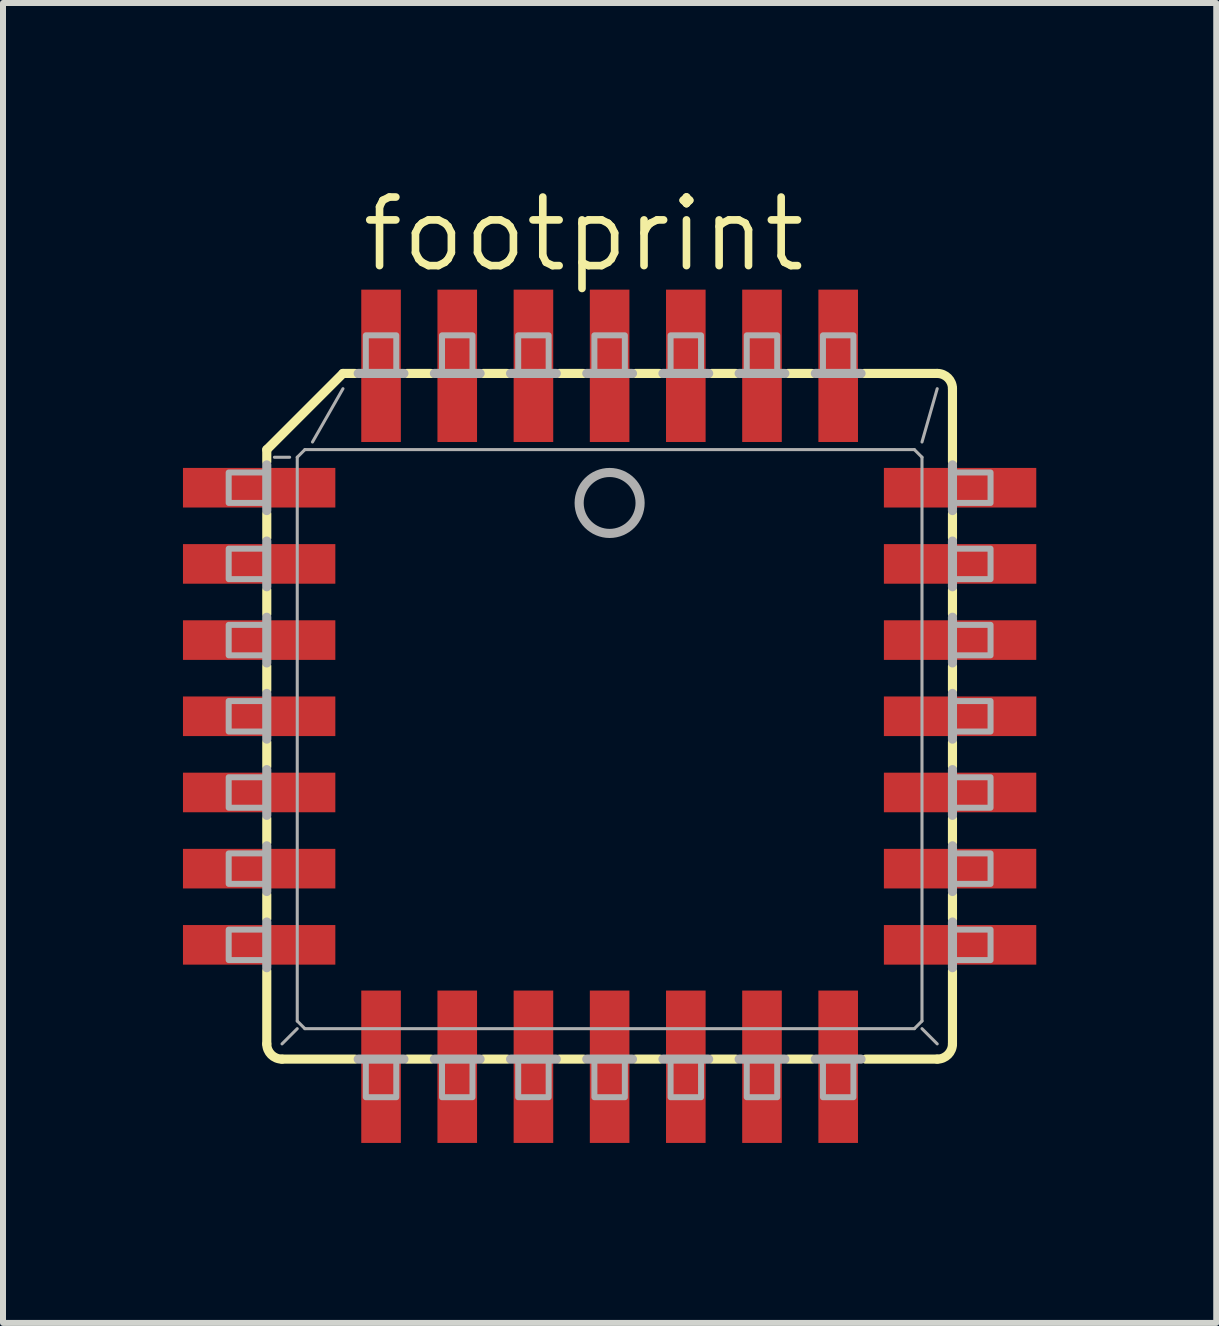
<source format=kicad_pcb>
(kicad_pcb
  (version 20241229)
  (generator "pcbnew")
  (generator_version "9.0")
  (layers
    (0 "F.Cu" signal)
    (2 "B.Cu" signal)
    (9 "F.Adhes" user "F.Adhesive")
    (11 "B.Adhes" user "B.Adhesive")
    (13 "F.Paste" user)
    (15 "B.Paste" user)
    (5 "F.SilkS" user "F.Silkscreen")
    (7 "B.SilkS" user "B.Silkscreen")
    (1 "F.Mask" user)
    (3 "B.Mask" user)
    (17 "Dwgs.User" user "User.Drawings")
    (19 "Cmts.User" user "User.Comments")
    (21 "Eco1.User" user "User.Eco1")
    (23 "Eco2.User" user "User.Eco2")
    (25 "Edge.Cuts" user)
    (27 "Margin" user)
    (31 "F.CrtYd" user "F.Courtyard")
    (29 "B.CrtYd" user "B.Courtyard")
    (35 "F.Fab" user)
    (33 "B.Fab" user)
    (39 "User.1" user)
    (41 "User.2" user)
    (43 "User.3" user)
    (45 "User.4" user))
  (footprint "footprint"
    (layer "F.Cu")
    (at 7.112 8.89)
    (property "Reference" "footprint" (at -4.191 -7.366 0) (layer "F.SilkS") (effects (font (size 1.143 1.143) (thickness 0.127)) (justify left bottom)))
    (fp_line (start -5.715 -4.445) (end -5.715 -4.242) (stroke (width 0.152) (type solid)) (layer "F.SilkS"))
    (fp_line (start -5.715 -4.445) (end -4.445 -5.715) (stroke (width 0.152) (type solid)) (layer "F.SilkS"))
    (fp_line (start -5.715 -3.378) (end -5.715 -2.972) (stroke (width 0.152) (type solid)) (layer "F.SilkS"))
    (fp_line (start -5.715 -2.108) (end -5.715 -1.702) (stroke (width 0.152) (type solid)) (layer "F.SilkS"))
    (fp_line (start -5.715 -0.838) (end -5.715 -0.432) (stroke (width 0.152) (type solid)) (layer "F.SilkS"))
    (fp_line (start -5.715 0.432) (end -5.715 0.838) (stroke (width 0.152) (type solid)) (layer "F.SilkS"))
    (fp_line (start -5.715 2.108) (end -5.715 1.702) (stroke (width 0.152) (type solid)) (layer "F.SilkS"))
    (fp_line (start -5.715 2.972) (end -5.715 3.378) (stroke (width 0.152) (type solid)) (layer "F.SilkS"))
    (fp_line (start -5.715 4.242) (end -5.715 5.461) (stroke (width 0.152) (type solid)) (layer "F.SilkS"))
    (fp_line (start -5.461 5.715) (end -4.242 5.715) (stroke (width 0.152) (type solid)) (layer "F.SilkS"))
    (fp_line (start -4.445 -5.715) (end -4.242 -5.715) (stroke (width 0.152) (type solid)) (layer "F.SilkS"))
    (fp_line (start -3.378 5.715) (end -2.972 5.715) (stroke (width 0.152) (type solid)) (layer "F.SilkS"))
    (fp_line (start -2.972 -5.715) (end -3.378 -5.715) (stroke (width 0.152) (type solid)) (layer "F.SilkS"))
    (fp_line (start -2.108 -5.715) (end -1.702 -5.715) (stroke (width 0.152) (type solid)) (layer "F.SilkS"))
    (fp_line (start -2.108 5.715) (end -1.702 5.715) (stroke (width 0.152) (type solid)) (layer "F.SilkS"))
    (fp_line (start -0.838 5.715) (end -0.432 5.715) (stroke (width 0.152) (type solid)) (layer "F.SilkS"))
    (fp_line (start -0.432 -5.715) (end -0.838 -5.715) (stroke (width 0.152) (type solid)) (layer "F.SilkS"))
    (fp_line (start 0.432 5.715) (end 0.838 5.715) (stroke (width 0.152) (type solid)) (layer "F.SilkS"))
    (fp_line (start 0.838 -5.715) (end 0.432 -5.715) (stroke (width 0.152) (type solid)) (layer "F.SilkS"))
    (fp_line (start 2.108 -5.715) (end 1.702 -5.715) (stroke (width 0.152) (type solid)) (layer "F.SilkS"))
    (fp_line (start 2.108 5.715) (end 1.702 5.715) (stroke (width 0.152) (type solid)) (layer "F.SilkS"))
    (fp_line (start 2.972 5.715) (end 3.378 5.715) (stroke (width 0.152) (type solid)) (layer "F.SilkS"))
    (fp_line (start 3.378 -5.715) (end 2.972 -5.715) (stroke (width 0.152) (type solid)) (layer "F.SilkS"))
    (fp_line (start 5.461 -5.715) (end 4.242 -5.715) (stroke (width 0.152) (type solid)) (layer "F.SilkS"))
    (fp_line (start 5.461 5.715) (end 4.267 5.715) (stroke (width 0.152) (type solid)) (layer "F.SilkS"))
    (fp_line (start 5.715 -4.242) (end 5.715 -5.461) (stroke (width 0.152) (type solid)) (layer "F.SilkS"))
    (fp_line (start 5.715 -2.972) (end 5.715 -3.378) (stroke (width 0.152) (type solid)) (layer "F.SilkS"))
    (fp_line (start 5.715 -2.108) (end 5.715 -1.702) (stroke (width 0.152) (type solid)) (layer "F.SilkS"))
    (fp_line (start 5.715 -0.432) (end 5.715 -0.838) (stroke (width 0.152) (type solid)) (layer "F.SilkS"))
    (fp_line (start 5.715 0.838) (end 5.715 0.432) (stroke (width 0.152) (type solid)) (layer "F.SilkS"))
    (fp_line (start 5.715 2.108) (end 5.715 1.702) (stroke (width 0.152) (type solid)) (layer "F.SilkS"))
    (fp_line (start 5.715 3.378) (end 5.715 2.972) (stroke (width 0.152) (type solid)) (layer "F.SilkS"))
    (fp_line (start 5.715 5.461) (end 5.715 4.242) (stroke (width 0.152) (type solid)) (layer "F.SilkS"))
    (fp_arc (start -5.461 5.715) (mid -5.640605 5.640605) (end -5.715 5.461) (stroke (width 0.1524) (type solid)) (layer "F.SilkS"))
    (fp_arc (start 5.461 -5.715) (mid 5.640605 -5.640605) (end 5.715 -5.461) (stroke (width 0.1524) (type solid)) (layer "F.SilkS"))
    (fp_arc (start 5.715 5.461) (mid 5.640605 5.640605) (end 5.461 5.715) (stroke (width 0.1524) (type solid)) (layer "F.SilkS"))
    (fp_line (start -5.715 -4.191) (end -5.715 -3.429) (stroke (width 0.152) (type solid)) (layer "F.Fab"))
    (fp_line (start -5.715 -2.921) (end -5.715 -2.159) (stroke (width 0.152) (type solid)) (layer "F.Fab"))
    (fp_line (start -5.715 -1.651) (end -5.715 -0.889) (stroke (width 0.152) (type solid)) (layer "F.Fab"))
    (fp_line (start -5.715 -0.381) (end -5.715 0.381) (stroke (width 0.152) (type solid)) (layer "F.Fab"))
    (fp_line (start -5.715 0.889) (end -5.715 1.651) (stroke (width 0.152) (type solid)) (layer "F.Fab"))
    (fp_line (start -5.715 2.159) (end -5.715 2.921) (stroke (width 0.152) (type solid)) (layer "F.Fab"))
    (fp_line (start -5.715 3.429) (end -5.715 4.191) (stroke (width 0.152) (type solid)) (layer "F.Fab"))
    (fp_line (start -5.334 -4.318) (end -5.588 -4.318) (stroke (width 0.051) (type solid)) (layer "F.Fab"))
    (fp_line (start -5.207 5.08) (end -5.207 -4.318) (stroke (width 0.051) (type solid)) (layer "F.Fab"))
    (fp_line (start -5.207 5.08) (end -5.08 5.207) (stroke (width 0.051) (type solid)) (layer "F.Fab"))
    (fp_line (start -5.207 5.207) (end -5.461 5.461) (stroke (width 0.051) (type solid)) (layer "F.Fab"))
    (fp_line (start -5.08 -4.445) (end -5.207 -4.318) (stroke (width 0.051) (type solid)) (layer "F.Fab"))
    (fp_line (start -5.08 -4.445) (end 5.08 -4.445) (stroke (width 0.051) (type solid)) (layer "F.Fab"))
    (fp_line (start -4.953 -4.572) (end -4.445 -5.461) (stroke (width 0.051) (type solid)) (layer "F.Fab"))
    (fp_line (start -4.191 5.715) (end -3.429 5.715) (stroke (width 0.152) (type solid)) (layer "F.Fab"))
    (fp_line (start -3.429 -5.715) (end -4.191 -5.715) (stroke (width 0.152) (type solid)) (layer "F.Fab"))
    (fp_line (start -2.921 5.715) (end -2.159 5.715) (stroke (width 0.152) (type solid)) (layer "F.Fab"))
    (fp_line (start -2.159 -5.715) (end -2.921 -5.715) (stroke (width 0.152) (type solid)) (layer "F.Fab"))
    (fp_line (start -1.651 5.715) (end -0.889 5.715) (stroke (width 0.152) (type solid)) (layer "F.Fab"))
    (fp_line (start -0.889 -5.715) (end -1.651 -5.715) (stroke (width 0.152) (type solid)) (layer "F.Fab"))
    (fp_line (start -0.381 5.715) (end 0.381 5.715) (stroke (width 0.152) (type solid)) (layer "F.Fab"))
    (fp_line (start 0.381 -5.715) (end -0.381 -5.715) (stroke (width 0.152) (type solid)) (layer "F.Fab"))
    (fp_line (start 0.889 5.715) (end 1.651 5.715) (stroke (width 0.152) (type solid)) (layer "F.Fab"))
    (fp_line (start 1.651 -5.715) (end 0.889 -5.715) (stroke (width 0.152) (type solid)) (layer "F.Fab"))
    (fp_line (start 2.159 5.715) (end 2.921 5.715) (stroke (width 0.152) (type solid)) (layer "F.Fab"))
    (fp_line (start 2.921 -5.715) (end 2.159 -5.715) (stroke (width 0.152) (type solid)) (layer "F.Fab"))
    (fp_line (start 3.429 5.715) (end 4.191 5.715) (stroke (width 0.152) (type solid)) (layer "F.Fab"))
    (fp_line (start 4.191 -5.715) (end 3.429 -5.715) (stroke (width 0.152) (type solid)) (layer "F.Fab"))
    (fp_line (start 5.08 5.207) (end -5.08 5.207) (stroke (width 0.051) (type solid)) (layer "F.Fab"))
    (fp_line (start 5.08 5.207) (end 5.207 5.08) (stroke (width 0.051) (type solid)) (layer "F.Fab"))
    (fp_line (start 5.207 -4.318) (end 5.08 -4.445) (stroke (width 0.051) (type solid)) (layer "F.Fab"))
    (fp_line (start 5.207 -4.318) (end 5.207 5.08) (stroke (width 0.051) (type solid)) (layer "F.Fab"))
    (fp_line (start 5.207 5.207) (end 5.461 5.461) (stroke (width 0.051) (type solid)) (layer "F.Fab"))
    (fp_line (start 5.461 -5.461) (end 5.207 -4.572) (stroke (width 0.051) (type solid)) (layer "F.Fab"))
    (fp_line (start 5.715 -3.429) (end 5.715 -4.191) (stroke (width 0.152) (type solid)) (layer "F.Fab"))
    (fp_line (start 5.715 -2.159) (end 5.715 -2.921) (stroke (width 0.152) (type solid)) (layer "F.Fab"))
    (fp_line (start 5.715 -0.889) (end 5.715 -1.651) (stroke (width 0.152) (type solid)) (layer "F.Fab"))
    (fp_line (start 5.715 0.381) (end 5.715 -0.381) (stroke (width 0.152) (type solid)) (layer "F.Fab"))
    (fp_line (start 5.715 1.651) (end 5.715 0.889) (stroke (width 0.152) (type solid)) (layer "F.Fab"))
    (fp_line (start 5.715 2.921) (end 5.715 2.159) (stroke (width 0.152) (type solid)) (layer "F.Fab"))
    (fp_line (start 5.715 4.191) (end 5.715 3.429) (stroke (width 0.152) (type solid)) (layer "F.Fab"))
    (fp_circle (center 0 -3.556) (end 0.508 -3.556) (stroke (width 0.152) (type solid)) (fill no) (layer "F.Fab"))
    (fp_poly (pts (xy -6.35 -3.556) (xy -5.715 -3.556) (xy -5.715 -4.064) (xy -6.35 -4.064)) (stroke (width 0.1) (type solid)) (fill no) (layer "F.Fab"))
    (fp_poly (pts (xy -6.35 -2.286) (xy -5.715 -2.286) (xy -5.715 -2.794) (xy -6.35 -2.794)) (stroke (width 0.1) (type solid)) (fill no) (layer "F.Fab"))
    (fp_poly (pts (xy -6.35 -1.016) (xy -5.715 -1.016) (xy -5.715 -1.524) (xy -6.35 -1.524)) (stroke (width 0.1) (type solid)) (fill no) (layer "F.Fab"))
    (fp_poly (pts (xy -6.35 0.254) (xy -5.715 0.254) (xy -5.715 -0.254) (xy -6.35 -0.254)) (stroke (width 0.1) (type solid)) (fill no) (layer "F.Fab"))
    (fp_poly (pts (xy -6.35 1.524) (xy -5.715 1.524) (xy -5.715 1.016) (xy -6.35 1.016)) (stroke (width 0.1) (type solid)) (fill no) (layer "F.Fab"))
    (fp_poly (pts (xy -6.35 2.794) (xy -5.715 2.794) (xy -5.715 2.286) (xy -6.35 2.286)) (stroke (width 0.1) (type solid)) (fill no) (layer "F.Fab"))
    (fp_poly (pts (xy -6.35 4.064) (xy -5.715 4.064) (xy -5.715 3.556) (xy -6.35 3.556)) (stroke (width 0.1) (type solid)) (fill no) (layer "F.Fab"))
    (fp_poly (pts (xy -4.064 -5.715) (xy -3.556 -5.715) (xy -3.556 -6.35) (xy -4.064 -6.35)) (stroke (width 0.1) (type solid)) (fill no) (layer "F.Fab"))
    (fp_poly (pts (xy -4.064 6.35) (xy -3.556 6.35) (xy -3.556 5.715) (xy -4.064 5.715)) (stroke (width 0.1) (type solid)) (fill no) (layer "F.Fab"))
    (fp_poly (pts (xy -2.794 -5.715) (xy -2.286 -5.715) (xy -2.286 -6.35) (xy -2.794 -6.35)) (stroke (width 0.1) (type solid)) (fill no) (layer "F.Fab"))
    (fp_poly (pts (xy -2.794 6.35) (xy -2.286 6.35) (xy -2.286 5.715) (xy -2.794 5.715)) (stroke (width 0.1) (type solid)) (fill no) (layer "F.Fab"))
    (fp_poly (pts (xy -1.524 -5.715) (xy -1.016 -5.715) (xy -1.016 -6.35) (xy -1.524 -6.35)) (stroke (width 0.1) (type solid)) (fill no) (layer "F.Fab"))
    (fp_poly (pts (xy -1.524 6.35) (xy -1.016 6.35) (xy -1.016 5.715) (xy -1.524 5.715)) (stroke (width 0.1) (type solid)) (fill no) (layer "F.Fab"))
    (fp_poly (pts (xy -0.254 -5.715) (xy 0.254 -5.715) (xy 0.254 -6.35) (xy -0.254 -6.35)) (stroke (width 0.1) (type solid)) (fill no) (layer "F.Fab"))
    (fp_poly (pts (xy -0.254 6.35) (xy 0.254 6.35) (xy 0.254 5.715) (xy -0.254 5.715)) (stroke (width 0.1) (type solid)) (fill no) (layer "F.Fab"))
    (fp_poly (pts (xy 1.016 -5.715) (xy 1.524 -5.715) (xy 1.524 -6.35) (xy 1.016 -6.35)) (stroke (width 0.1) (type solid)) (fill no) (layer "F.Fab"))
    (fp_poly (pts (xy 1.016 6.35) (xy 1.524 6.35) (xy 1.524 5.715) (xy 1.016 5.715)) (stroke (width 0.1) (type solid)) (fill no) (layer "F.Fab"))
    (fp_poly (pts (xy 2.286 -5.715) (xy 2.794 -5.715) (xy 2.794 -6.35) (xy 2.286 -6.35)) (stroke (width 0.1) (type solid)) (fill no) (layer "F.Fab"))
    (fp_poly (pts (xy 2.286 6.35) (xy 2.794 6.35) (xy 2.794 5.715) (xy 2.286 5.715)) (stroke (width 0.1) (type solid)) (fill no) (layer "F.Fab"))
    (fp_poly (pts (xy 3.556 -5.715) (xy 4.064 -5.715) (xy 4.064 -6.35) (xy 3.556 -6.35)) (stroke (width 0.1) (type solid)) (fill no) (layer "F.Fab"))
    (fp_poly (pts (xy 3.556 6.35) (xy 4.064 6.35) (xy 4.064 5.715) (xy 3.556 5.715)) (stroke (width 0.1) (type solid)) (fill no) (layer "F.Fab"))
    (fp_poly (pts (xy 5.715 -3.556) (xy 6.35 -3.556) (xy 6.35 -4.064) (xy 5.715 -4.064)) (stroke (width 0.1) (type solid)) (fill no) (layer "F.Fab"))
    (fp_poly (pts (xy 5.715 -2.286) (xy 6.35 -2.286) (xy 6.35 -2.794) (xy 5.715 -2.794)) (stroke (width 0.1) (type solid)) (fill no) (layer "F.Fab"))
    (fp_poly (pts (xy 5.715 -1.016) (xy 6.35 -1.016) (xy 6.35 -1.524) (xy 5.715 -1.524)) (stroke (width 0.1) (type solid)) (fill no) (layer "F.Fab"))
    (fp_poly (pts (xy 5.715 0.254) (xy 6.35 0.254) (xy 6.35 -0.254) (xy 5.715 -0.254)) (stroke (width 0.1) (type solid)) (fill no) (layer "F.Fab"))
    (fp_poly (pts (xy 5.715 1.524) (xy 6.35 1.524) (xy 6.35 1.016) (xy 5.715 1.016)) (stroke (width 0.1) (type solid)) (fill no) (layer "F.Fab"))
    (fp_poly (pts (xy 5.715 2.794) (xy 6.35 2.794) (xy 6.35 2.286) (xy 5.715 2.286)) (stroke (width 0.1) (type solid)) (fill no) (layer "F.Fab"))
    (fp_poly (pts (xy 5.715 4.064) (xy 6.35 4.064) (xy 6.35 3.556) (xy 5.715 3.556)) (stroke (width 0.1) (type solid)) (fill no) (layer "F.Fab"))
    (pad "1" smd rect (at 0 -5.842) (size 0.66 2.54) (layers "F.Cu" "F.Mask" "F.Paste"))
    (pad "2" smd rect (at -1.27 -5.842) (size 0.66 2.54) (layers "F.Cu" "F.Mask" "F.Paste"))
    (pad "3" smd rect (at -2.54 -5.842) (size 0.66 2.54) (layers "F.Cu" "F.Mask" "F.Paste"))
    (pad "4" smd rect (at -3.81 -5.842) (size 0.66 2.54) (layers "F.Cu" "F.Mask" "F.Paste"))
    (pad "5" smd rect (at -5.842 -3.81) (size 2.54 0.66) (layers "F.Cu" "F.Mask" "F.Paste"))
    (pad "6" smd rect (at -5.842 -2.54) (size 2.54 0.66) (layers "F.Cu" "F.Mask" "F.Paste"))
    (pad "7" smd rect (at -5.842 -1.27) (size 2.54 0.66) (layers "F.Cu" "F.Mask" "F.Paste"))
    (pad "8" smd rect (at -5.842 0) (size 2.54 0.66) (layers "F.Cu" "F.Mask" "F.Paste"))
    (pad "9" smd rect (at -5.842 1.27) (size 2.54 0.66) (layers "F.Cu" "F.Mask" "F.Paste"))
    (pad "10" smd rect (at -5.842 2.54) (size 2.54 0.66) (layers "F.Cu" "F.Mask" "F.Paste"))
    (pad "11" smd rect (at -5.842 3.81) (size 2.54 0.66) (layers "F.Cu" "F.Mask" "F.Paste"))
    (pad "12" smd rect (at -3.81 5.842) (size 0.66 2.54) (layers "F.Cu" "F.Mask" "F.Paste"))
    (pad "13" smd rect (at -2.54 5.842) (size 0.66 2.54) (layers "F.Cu" "F.Mask" "F.Paste"))
    (pad "14" smd rect (at -1.27 5.842) (size 0.66 2.54) (layers "F.Cu" "F.Mask" "F.Paste"))
    (pad "15" smd rect (at 0 5.842) (size 0.66 2.54) (layers "F.Cu" "F.Mask" "F.Paste"))
    (pad "16" smd rect (at 1.27 5.842) (size 0.66 2.54) (layers "F.Cu" "F.Mask" "F.Paste"))
    (pad "17" smd rect (at 2.54 5.842) (size 0.66 2.54) (layers "F.Cu" "F.Mask" "F.Paste"))
    (pad "18" smd rect (at 3.81 5.842) (size 0.66 2.54) (layers "F.Cu" "F.Mask" "F.Paste"))
    (pad "19" smd rect (at 5.842 3.81) (size 2.54 0.66) (layers "F.Cu" "F.Mask" "F.Paste"))
    (pad "20" smd rect (at 5.842 2.54) (size 2.54 0.66) (layers "F.Cu" "F.Mask" "F.Paste"))
    (pad "21" smd rect (at 5.842 1.27) (size 2.54 0.66) (layers "F.Cu" "F.Mask" "F.Paste"))
    (pad "22" smd rect (at 5.842 0) (size 2.54 0.66) (layers "F.Cu" "F.Mask" "F.Paste"))
    (pad "23" smd rect (at 5.842 -1.27) (size 2.54 0.66) (layers "F.Cu" "F.Mask" "F.Paste"))
    (pad "24" smd rect (at 5.842 -2.54) (size 2.54 0.66) (layers "F.Cu" "F.Mask" "F.Paste"))
    (pad "25" smd rect (at 5.842 -3.81) (size 2.54 0.66) (layers "F.Cu" "F.Mask" "F.Paste"))
    (pad "26" smd rect (at 3.81 -5.842) (size 0.66 2.54) (layers "F.Cu" "F.Mask" "F.Paste"))
    (pad "27" smd rect (at 2.54 -5.842) (size 0.66 2.54) (layers "F.Cu" "F.Mask" "F.Paste"))
    (pad "28" smd rect (at 1.27 -5.842) (size 0.66 2.54) (layers "F.Cu" "F.Mask" "F.Paste")))
  (gr_rect
    (start -3 -3)
    (end 17.224 19.002)
    (stroke (width 0.1) (type default))
    (fill no)
    (layer "Edge.Cuts")))
</source>
